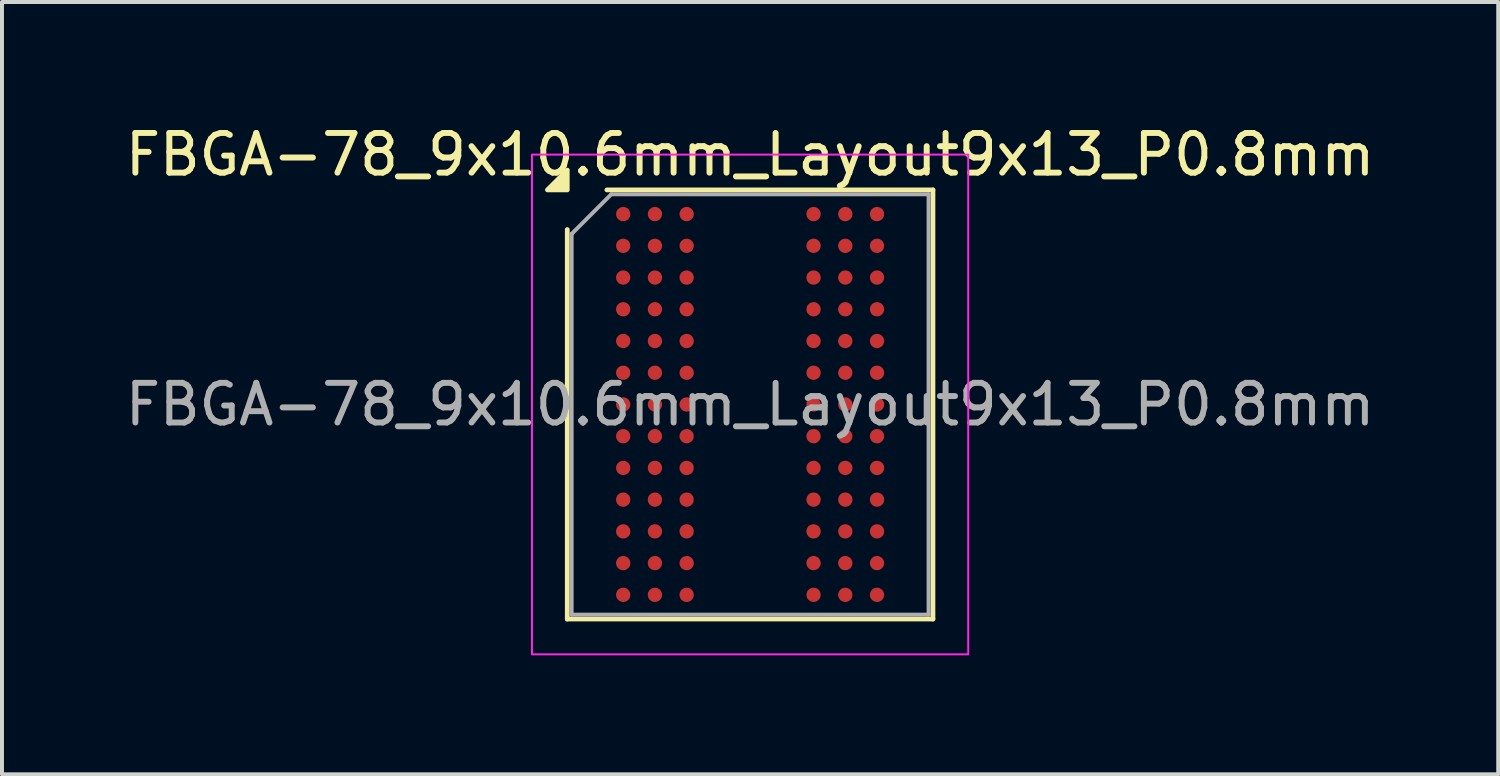
<source format=kicad_pcb>
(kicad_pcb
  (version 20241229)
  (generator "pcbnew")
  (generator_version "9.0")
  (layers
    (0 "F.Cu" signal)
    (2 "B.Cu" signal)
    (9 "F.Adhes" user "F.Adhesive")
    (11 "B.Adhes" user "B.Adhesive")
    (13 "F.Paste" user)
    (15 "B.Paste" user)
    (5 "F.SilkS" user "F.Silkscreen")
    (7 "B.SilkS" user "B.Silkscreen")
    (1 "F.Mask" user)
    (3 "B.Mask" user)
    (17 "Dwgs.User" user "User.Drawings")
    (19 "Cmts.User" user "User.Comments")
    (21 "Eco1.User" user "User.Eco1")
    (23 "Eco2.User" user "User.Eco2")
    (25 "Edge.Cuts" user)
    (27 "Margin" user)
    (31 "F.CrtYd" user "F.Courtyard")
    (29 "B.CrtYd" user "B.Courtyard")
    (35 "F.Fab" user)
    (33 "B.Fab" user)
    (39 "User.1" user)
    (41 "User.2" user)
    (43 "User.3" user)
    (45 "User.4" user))
  (footprint "FBGA-78_9x10.6mm_Layout9x13_P0.8mm"
    (layer "F.Cu")
    (at 15.863 7.148)
    (property "Reference" "FBGA-78_9x10.6mm_Layout9x13_P0.8mm" (at 0 -6.3 0) (layer "F.SilkS") (effects (font (size 1 1) (thickness 0.15))))
    (attr smd)
    (fp_line (start -4.61 5.41) (end -4.61 -4.41) (stroke (width 0.12) (type solid)) (layer "F.SilkS"))
    (fp_line (start -3.61 -5.41) (end 4.61 -5.41) (stroke (width 0.12) (type solid)) (layer "F.SilkS"))
    (fp_line (start 4.61 -5.41) (end 4.61 5.41) (stroke (width 0.12) (type solid)) (layer "F.SilkS"))
    (fp_line (start 4.61 5.41) (end -4.61 5.41) (stroke (width 0.12) (type solid)) (layer "F.SilkS"))
    (fp_poly (pts (xy -4.61 -5.41) (xy -5.11 -5.41) (xy -4.61 -5.91)) (stroke (width 0.12) (type solid)) (fill yes) (layer "F.SilkS"))
    (fp_rect (start -5.5 -6.3) (end 5.5 6.3) (stroke (width 0.05) (type solid)) (fill no) (layer "F.CrtYd"))
    (fp_line (start -4.5 -4.3) (end -3.5 -5.3) (stroke (width 0.1) (type solid)) (layer "F.Fab"))
    (fp_line (start -4.5 5.3) (end -4.5 -4.3) (stroke (width 0.1) (type solid)) (layer "F.Fab"))
    (fp_line (start -3.5 -5.3) (end 4.5 -5.3) (stroke (width 0.1) (type solid)) (layer "F.Fab"))
    (fp_line (start 4.5 -5.3) (end 4.5 5.3) (stroke (width 0.1) (type solid)) (layer "F.Fab"))
    (fp_line (start 4.5 5.3) (end -4.5 5.3) (stroke (width 0.1) (type solid)) (layer "F.Fab"))
    (fp_text user "${REFERENCE}" (at 0 0 0) (layer "F.Fab") (effects (font (size 1 1) (thickness 0.15))))
    (pad "A1" smd circle (at -3.2 -4.8) (size 0.36 0.36) (property pad_prop_bga) (layers "F.Cu" "F.Mask" "F.Paste"))
    (pad "A2" smd circle (at -2.4 -4.8) (size 0.36 0.36) (property pad_prop_bga) (layers "F.Cu" "F.Mask" "F.Paste"))
    (pad "A3" smd circle (at -1.6 -4.8) (size 0.36 0.36) (property pad_prop_bga) (layers "F.Cu" "F.Mask" "F.Paste"))
    (pad "A7" smd circle (at 1.6 -4.8) (size 0.36 0.36) (property pad_prop_bga) (layers "F.Cu" "F.Mask" "F.Paste"))
    (pad "A8" smd circle (at 2.4 -4.8) (size 0.36 0.36) (property pad_prop_bga) (layers "F.Cu" "F.Mask" "F.Paste"))
    (pad "A9" smd circle (at 3.2 -4.8) (size 0.36 0.36) (property pad_prop_bga) (layers "F.Cu" "F.Mask" "F.Paste"))
    (pad "B1" smd circle (at -3.2 -4) (size 0.36 0.36) (property pad_prop_bga) (layers "F.Cu" "F.Mask" "F.Paste"))
    (pad "B2" smd circle (at -2.4 -4) (size 0.36 0.36) (property pad_prop_bga) (layers "F.Cu" "F.Mask" "F.Paste"))
    (pad "B3" smd circle (at -1.6 -4) (size 0.36 0.36) (property pad_prop_bga) (layers "F.Cu" "F.Mask" "F.Paste"))
    (pad "B7" smd circle (at 1.6 -4) (size 0.36 0.36) (property pad_prop_bga) (layers "F.Cu" "F.Mask" "F.Paste"))
    (pad "B8" smd circle (at 2.4 -4) (size 0.36 0.36) (property pad_prop_bga) (layers "F.Cu" "F.Mask" "F.Paste"))
    (pad "B9" smd circle (at 3.2 -4) (size 0.36 0.36) (property pad_prop_bga) (layers "F.Cu" "F.Mask" "F.Paste"))
    (pad "C1" smd circle (at -3.2 -3.2) (size 0.36 0.36) (property pad_prop_bga) (layers "F.Cu" "F.Mask" "F.Paste"))
    (pad "C2" smd circle (at -2.4 -3.2) (size 0.36 0.36) (property pad_prop_bga) (layers "F.Cu" "F.Mask" "F.Paste"))
    (pad "C3" smd circle (at -1.6 -3.2) (size 0.36 0.36) (property pad_prop_bga) (layers "F.Cu" "F.Mask" "F.Paste"))
    (pad "C7" smd circle (at 1.6 -3.2) (size 0.36 0.36) (property pad_prop_bga) (layers "F.Cu" "F.Mask" "F.Paste"))
    (pad "C8" smd circle (at 2.4 -3.2) (size 0.36 0.36) (property pad_prop_bga) (layers "F.Cu" "F.Mask" "F.Paste"))
    (pad "C9" smd circle (at 3.2 -3.2) (size 0.36 0.36) (property pad_prop_bga) (layers "F.Cu" "F.Mask" "F.Paste"))
    (pad "D1" smd circle (at -3.2 -2.4) (size 0.36 0.36) (property pad_prop_bga) (layers "F.Cu" "F.Mask" "F.Paste"))
    (pad "D2" smd circle (at -2.4 -2.4) (size 0.36 0.36) (property pad_prop_bga) (layers "F.Cu" "F.Mask" "F.Paste"))
    (pad "D3" smd circle (at -1.6 -2.4) (size 0.36 0.36) (property pad_prop_bga) (layers "F.Cu" "F.Mask" "F.Paste"))
    (pad "D7" smd circle (at 1.6 -2.4) (size 0.36 0.36) (property pad_prop_bga) (layers "F.Cu" "F.Mask" "F.Paste"))
    (pad "D8" smd circle (at 2.4 -2.4) (size 0.36 0.36) (property pad_prop_bga) (layers "F.Cu" "F.Mask" "F.Paste"))
    (pad "D9" smd circle (at 3.2 -2.4) (size 0.36 0.36) (property pad_prop_bga) (layers "F.Cu" "F.Mask" "F.Paste"))
    (pad "E1" smd circle (at -3.2 -1.6) (size 0.36 0.36) (property pad_prop_bga) (layers "F.Cu" "F.Mask" "F.Paste"))
    (pad "E2" smd circle (at -2.4 -1.6) (size 0.36 0.36) (property pad_prop_bga) (layers "F.Cu" "F.Mask" "F.Paste"))
    (pad "E3" smd circle (at -1.6 -1.6) (size 0.36 0.36) (property pad_prop_bga) (layers "F.Cu" "F.Mask" "F.Paste"))
    (pad "E7" smd circle (at 1.6 -1.6) (size 0.36 0.36) (property pad_prop_bga) (layers "F.Cu" "F.Mask" "F.Paste"))
    (pad "E8" smd circle (at 2.4 -1.6) (size 0.36 0.36) (property pad_prop_bga) (layers "F.Cu" "F.Mask" "F.Paste"))
    (pad "E9" smd circle (at 3.2 -1.6) (size 0.36 0.36) (property pad_prop_bga) (layers "F.Cu" "F.Mask" "F.Paste"))
    (pad "F1" smd circle (at -3.2 -0.8) (size 0.36 0.36) (property pad_prop_bga) (layers "F.Cu" "F.Mask" "F.Paste"))
    (pad "F2" smd circle (at -2.4 -0.8) (size 0.36 0.36) (property pad_prop_bga) (layers "F.Cu" "F.Mask" "F.Paste"))
    (pad "F3" smd circle (at -1.6 -0.8) (size 0.36 0.36) (property pad_prop_bga) (layers "F.Cu" "F.Mask" "F.Paste"))
    (pad "F7" smd circle (at 1.6 -0.8) (size 0.36 0.36) (property pad_prop_bga) (layers "F.Cu" "F.Mask" "F.Paste"))
    (pad "F8" smd circle (at 2.4 -0.8) (size 0.36 0.36) (property pad_prop_bga) (layers "F.Cu" "F.Mask" "F.Paste"))
    (pad "F9" smd circle (at 3.2 -0.8) (size 0.36 0.36) (property pad_prop_bga) (layers "F.Cu" "F.Mask" "F.Paste"))
    (pad "G1" smd circle (at -3.2 0) (size 0.36 0.36) (property pad_prop_bga) (layers "F.Cu" "F.Mask" "F.Paste"))
    (pad "G2" smd circle (at -2.4 0) (size 0.36 0.36) (property pad_prop_bga) (layers "F.Cu" "F.Mask" "F.Paste"))
    (pad "G3" smd circle (at -1.6 0) (size 0.36 0.36) (property pad_prop_bga) (layers "F.Cu" "F.Mask" "F.Paste"))
    (pad "G7" smd circle (at 1.6 0) (size 0.36 0.36) (property pad_prop_bga) (layers "F.Cu" "F.Mask" "F.Paste"))
    (pad "G8" smd circle (at 2.4 0) (size 0.36 0.36) (property pad_prop_bga) (layers "F.Cu" "F.Mask" "F.Paste"))
    (pad "G9" smd circle (at 3.2 0) (size 0.36 0.36) (property pad_prop_bga) (layers "F.Cu" "F.Mask" "F.Paste"))
    (pad "H1" smd circle (at -3.2 0.8) (size 0.36 0.36) (property pad_prop_bga) (layers "F.Cu" "F.Mask" "F.Paste"))
    (pad "H2" smd circle (at -2.4 0.8) (size 0.36 0.36) (property pad_prop_bga) (layers "F.Cu" "F.Mask" "F.Paste"))
    (pad "H3" smd circle (at -1.6 0.8) (size 0.36 0.36) (property pad_prop_bga) (layers "F.Cu" "F.Mask" "F.Paste"))
    (pad "H7" smd circle (at 1.6 0.8) (size 0.36 0.36) (property pad_prop_bga) (layers "F.Cu" "F.Mask" "F.Paste"))
    (pad "H8" smd circle (at 2.4 0.8) (size 0.36 0.36) (property pad_prop_bga) (layers "F.Cu" "F.Mask" "F.Paste"))
    (pad "H9" smd circle (at 3.2 0.8) (size 0.36 0.36) (property pad_prop_bga) (layers "F.Cu" "F.Mask" "F.Paste"))
    (pad "J1" smd circle (at -3.2 1.6) (size 0.36 0.36) (property pad_prop_bga) (layers "F.Cu" "F.Mask" "F.Paste"))
    (pad "J2" smd circle (at -2.4 1.6) (size 0.36 0.36) (property pad_prop_bga) (layers "F.Cu" "F.Mask" "F.Paste"))
    (pad "J3" smd circle (at -1.6 1.6) (size 0.36 0.36) (property pad_prop_bga) (layers "F.Cu" "F.Mask" "F.Paste"))
    (pad "J7" smd circle (at 1.6 1.6) (size 0.36 0.36) (property pad_prop_bga) (layers "F.Cu" "F.Mask" "F.Paste"))
    (pad "J8" smd circle (at 2.4 1.6) (size 0.36 0.36) (property pad_prop_bga) (layers "F.Cu" "F.Mask" "F.Paste"))
    (pad "J9" smd circle (at 3.2 1.6) (size 0.36 0.36) (property pad_prop_bga) (layers "F.Cu" "F.Mask" "F.Paste"))
    (pad "K1" smd circle (at -3.2 2.4) (size 0.36 0.36) (property pad_prop_bga) (layers "F.Cu" "F.Mask" "F.Paste"))
    (pad "K2" smd circle (at -2.4 2.4) (size 0.36 0.36) (property pad_prop_bga) (layers "F.Cu" "F.Mask" "F.Paste"))
    (pad "K3" smd circle (at -1.6 2.4) (size 0.36 0.36) (property pad_prop_bga) (layers "F.Cu" "F.Mask" "F.Paste"))
    (pad "K7" smd circle (at 1.6 2.4) (size 0.36 0.36) (property pad_prop_bga) (layers "F.Cu" "F.Mask" "F.Paste"))
    (pad "K8" smd circle (at 2.4 2.4) (size 0.36 0.36) (property pad_prop_bga) (layers "F.Cu" "F.Mask" "F.Paste"))
    (pad "K9" smd circle (at 3.2 2.4) (size 0.36 0.36) (property pad_prop_bga) (layers "F.Cu" "F.Mask" "F.Paste"))
    (pad "L1" smd circle (at -3.2 3.2) (size 0.36 0.36) (property pad_prop_bga) (layers "F.Cu" "F.Mask" "F.Paste"))
    (pad "L2" smd circle (at -2.4 3.2) (size 0.36 0.36) (property pad_prop_bga) (layers "F.Cu" "F.Mask" "F.Paste"))
    (pad "L3" smd circle (at -1.6 3.2) (size 0.36 0.36) (property pad_prop_bga) (layers "F.Cu" "F.Mask" "F.Paste"))
    (pad "L7" smd circle (at 1.6 3.2) (size 0.36 0.36) (property pad_prop_bga) (layers "F.Cu" "F.Mask" "F.Paste"))
    (pad "L8" smd circle (at 2.4 3.2) (size 0.36 0.36) (property pad_prop_bga) (layers "F.Cu" "F.Mask" "F.Paste"))
    (pad "L9" smd circle (at 3.2 3.2) (size 0.36 0.36) (property pad_prop_bga) (layers "F.Cu" "F.Mask" "F.Paste"))
    (pad "M1" smd circle (at -3.2 4) (size 0.36 0.36) (property pad_prop_bga) (layers "F.Cu" "F.Mask" "F.Paste"))
    (pad "M2" smd circle (at -2.4 4) (size 0.36 0.36) (property pad_prop_bga) (layers "F.Cu" "F.Mask" "F.Paste"))
    (pad "M3" smd circle (at -1.6 4) (size 0.36 0.36) (property pad_prop_bga) (layers "F.Cu" "F.Mask" "F.Paste"))
    (pad "M7" smd circle (at 1.6 4) (size 0.36 0.36) (property pad_prop_bga) (layers "F.Cu" "F.Mask" "F.Paste"))
    (pad "M8" smd circle (at 2.4 4) (size 0.36 0.36) (property pad_prop_bga) (layers "F.Cu" "F.Mask" "F.Paste"))
    (pad "M9" smd circle (at 3.2 4) (size 0.36 0.36) (property pad_prop_bga) (layers "F.Cu" "F.Mask" "F.Paste"))
    (pad "N1" smd circle (at -3.2 4.8) (size 0.36 0.36) (property pad_prop_bga) (layers "F.Cu" "F.Mask" "F.Paste"))
    (pad "N2" smd circle (at -2.4 4.8) (size 0.36 0.36) (property pad_prop_bga) (layers "F.Cu" "F.Mask" "F.Paste"))
    (pad "N3" smd circle (at -1.6 4.8) (size 0.36 0.36) (property pad_prop_bga) (layers "F.Cu" "F.Mask" "F.Paste"))
    (pad "N7" smd circle (at 1.6 4.8) (size 0.36 0.36) (property pad_prop_bga) (layers "F.Cu" "F.Mask" "F.Paste"))
    (pad "N8" smd circle (at 2.4 4.8) (size 0.36 0.36) (property pad_prop_bga) (layers "F.Cu" "F.Mask" "F.Paste"))
    (pad "N9" smd circle (at 3.2 4.8) (size 0.36 0.36) (property pad_prop_bga) (layers "F.Cu" "F.Mask" "F.Paste")))
  (gr_rect
    (start -3 -3)
    (end 34.726 16.473)
    (stroke (width 0.1) (type default))
    (fill no)
    (layer "Edge.Cuts")))
</source>
